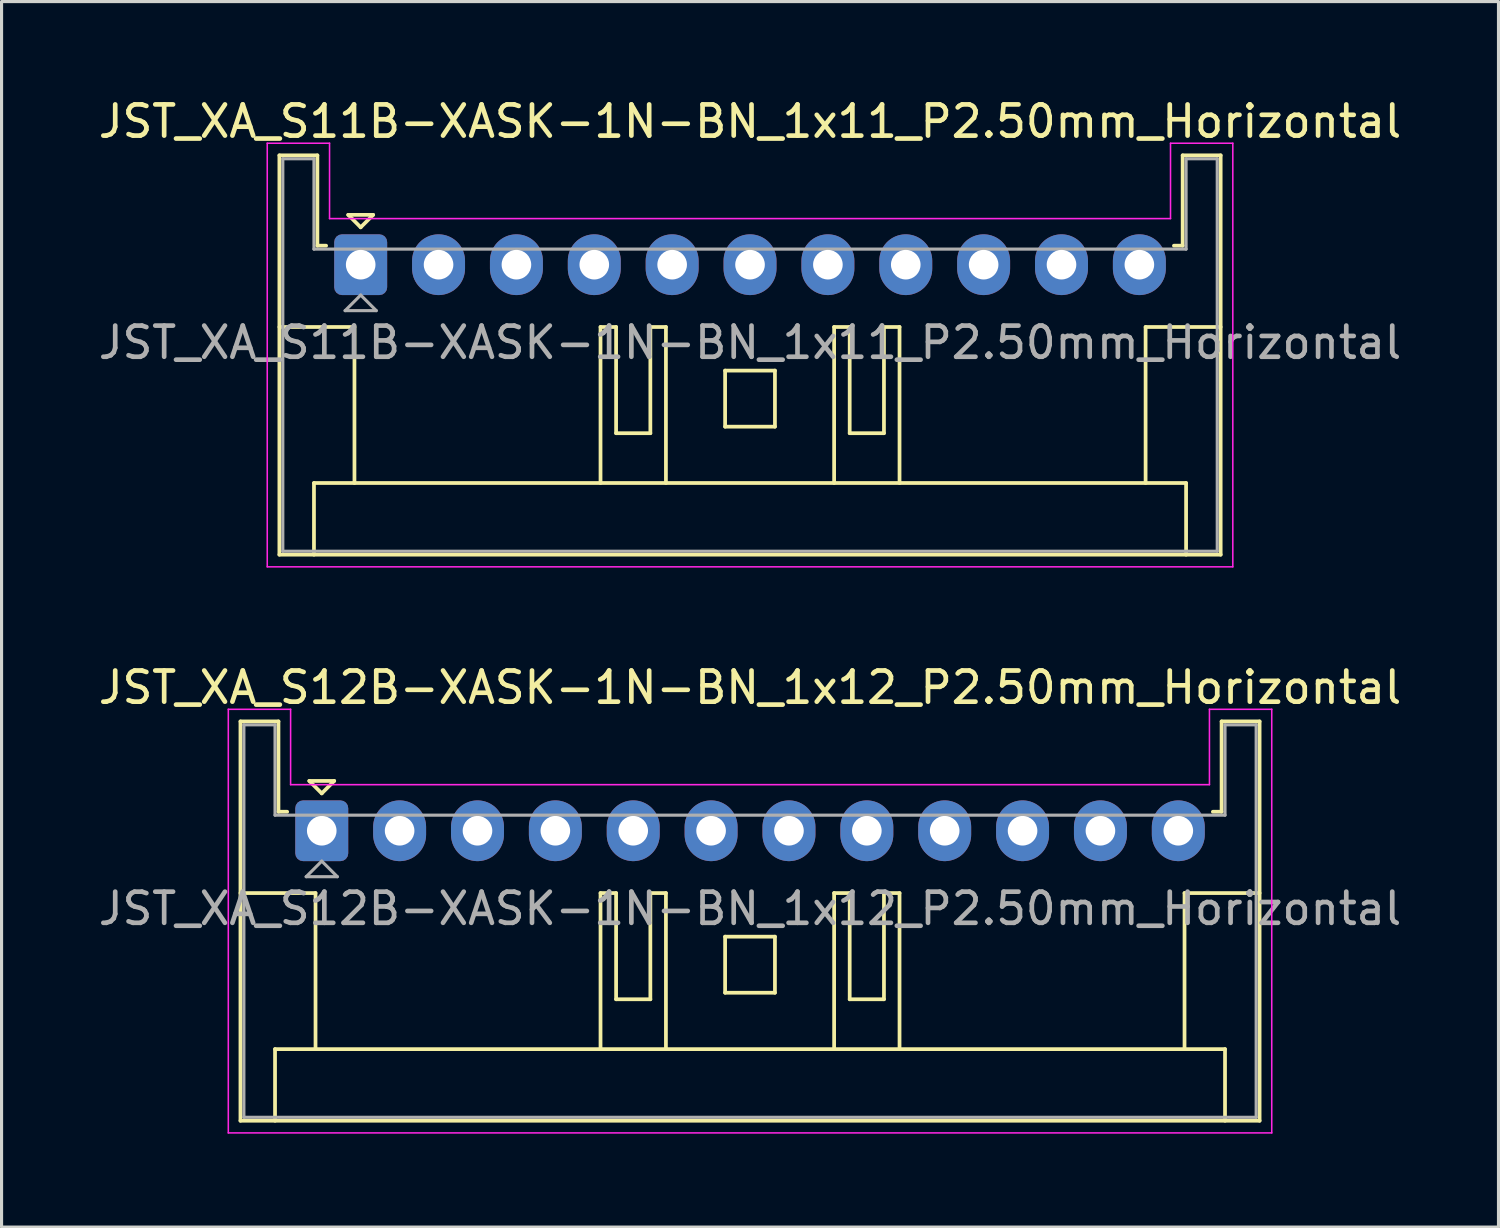
<source format=kicad_pcb>
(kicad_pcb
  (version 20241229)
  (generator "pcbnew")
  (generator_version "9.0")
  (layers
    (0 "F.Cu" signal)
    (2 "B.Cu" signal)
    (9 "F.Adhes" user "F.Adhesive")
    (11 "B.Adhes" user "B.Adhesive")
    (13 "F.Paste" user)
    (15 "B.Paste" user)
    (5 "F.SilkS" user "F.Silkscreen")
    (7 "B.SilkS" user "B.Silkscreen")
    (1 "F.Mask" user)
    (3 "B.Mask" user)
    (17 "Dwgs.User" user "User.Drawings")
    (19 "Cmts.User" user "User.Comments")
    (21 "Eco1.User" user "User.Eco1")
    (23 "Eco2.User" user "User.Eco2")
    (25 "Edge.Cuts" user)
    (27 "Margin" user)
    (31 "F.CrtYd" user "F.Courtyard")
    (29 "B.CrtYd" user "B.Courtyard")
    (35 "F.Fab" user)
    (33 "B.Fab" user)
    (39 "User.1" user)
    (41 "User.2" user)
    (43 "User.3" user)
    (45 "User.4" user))
  (footprint "JST_XA_S12B-XASK-1N-BN_1x12_P2.50mm_Horizontal"
    (layer "F.Cu")
    (at 7.28 23.622)
    (property "Reference" "JST_XA_S12B-XASK-1N-BN_1x12_P2.50mm_Horizontal" (at 13.75 -4.6 0) (layer "F.SilkS") (effects (font (size 1 1) (thickness 0.15))))
    (attr through_hole)
    (fp_line (start -2.61 -3.51) (end -2.61 9.31) (stroke (width 0.12) (type solid)) (layer "F.SilkS"))
    (fp_line (start -2.61 9.31) (end 30.11 9.31) (stroke (width 0.12) (type solid)) (layer "F.SilkS"))
    (fp_line (start -1.5 7.01) (end 29 7.01) (stroke (width 0.12) (type solid)) (layer "F.SilkS"))
    (fp_line (start -1.5 9.31) (end -1.5 7.01) (stroke (width 0.12) (type solid)) (layer "F.SilkS"))
    (fp_line (start -1.39 -3.51) (end -2.61 -3.51) (stroke (width 0.12) (type solid)) (layer "F.SilkS"))
    (fp_line (start -1.39 -0.61) (end -1.39 -3.51) (stroke (width 0.12) (type solid)) (layer "F.SilkS"))
    (fp_line (start -1.11 -0.61) (end -1.39 -0.61) (stroke (width 0.12) (type solid)) (layer "F.SilkS"))
    (fp_line (start -0.4 -1.6) (end 0.4 -1.6) (stroke (width 0.12) (type solid)) (layer "F.SilkS"))
    (fp_line (start -0.2 2) (end -2.61 2) (stroke (width 0.12) (type solid)) (layer "F.SilkS"))
    (fp_line (start -0.2 7.01) (end -0.2 2) (stroke (width 0.12) (type solid)) (layer "F.SilkS"))
    (fp_line (start 0 -1.2) (end -0.4 -1.6) (stroke (width 0.12) (type solid)) (layer "F.SilkS"))
    (fp_line (start 0.4 -1.6) (end 0 -1.2) (stroke (width 0.12) (type solid)) (layer "F.SilkS"))
    (fp_line (start 8.95 2) (end 8.95 7.01) (stroke (width 0.12) (type solid)) (layer "F.SilkS"))
    (fp_line (start 9.45 2) (end 8.95 2) (stroke (width 0.12) (type solid)) (layer "F.SilkS"))
    (fp_line (start 9.45 5.41) (end 9.45 2) (stroke (width 0.12) (type solid)) (layer "F.SilkS"))
    (fp_line (start 10.55 2) (end 10.55 5.41) (stroke (width 0.12) (type solid)) (layer "F.SilkS"))
    (fp_line (start 10.55 5.41) (end 9.45 5.41) (stroke (width 0.12) (type solid)) (layer "F.SilkS"))
    (fp_line (start 11.05 2) (end 10.55 2) (stroke (width 0.12) (type solid)) (layer "F.SilkS"))
    (fp_line (start 11.05 7.01) (end 11.05 2) (stroke (width 0.12) (type solid)) (layer "F.SilkS"))
    (fp_line (start 12.95 3.4) (end 14.55 3.4) (stroke (width 0.12) (type solid)) (layer "F.SilkS"))
    (fp_line (start 12.95 5.2) (end 12.95 3.4) (stroke (width 0.12) (type solid)) (layer "F.SilkS"))
    (fp_line (start 14.55 3.4) (end 14.55 5.2) (stroke (width 0.12) (type solid)) (layer "F.SilkS"))
    (fp_line (start 14.55 5.2) (end 12.95 5.2) (stroke (width 0.12) (type solid)) (layer "F.SilkS"))
    (fp_line (start 16.45 2) (end 16.95 2) (stroke (width 0.12) (type solid)) (layer "F.SilkS"))
    (fp_line (start 16.45 7.01) (end 16.45 2) (stroke (width 0.12) (type solid)) (layer "F.SilkS"))
    (fp_line (start 16.95 2) (end 16.95 5.41) (stroke (width 0.12) (type solid)) (layer "F.SilkS"))
    (fp_line (start 16.95 5.41) (end 18.05 5.41) (stroke (width 0.12) (type solid)) (layer "F.SilkS"))
    (fp_line (start 18.05 2) (end 18.55 2) (stroke (width 0.12) (type solid)) (layer "F.SilkS"))
    (fp_line (start 18.05 5.41) (end 18.05 2) (stroke (width 0.12) (type solid)) (layer "F.SilkS"))
    (fp_line (start 18.55 2) (end 18.55 7.01) (stroke (width 0.12) (type solid)) (layer "F.SilkS"))
    (fp_line (start 27.7 2) (end 30.11 2) (stroke (width 0.12) (type solid)) (layer "F.SilkS"))
    (fp_line (start 27.7 7.01) (end 27.7 2) (stroke (width 0.12) (type solid)) (layer "F.SilkS"))
    (fp_line (start 28.89 -3.51) (end 28.89 -0.61) (stroke (width 0.12) (type solid)) (layer "F.SilkS"))
    (fp_line (start 28.89 -0.61) (end 28.61 -0.61) (stroke (width 0.12) (type solid)) (layer "F.SilkS"))
    (fp_line (start 29 7.01) (end 29 9.31) (stroke (width 0.12) (type solid)) (layer "F.SilkS"))
    (fp_line (start 30.11 -3.51) (end 28.89 -3.51) (stroke (width 0.12) (type solid)) (layer "F.SilkS"))
    (fp_line (start 30.11 9.31) (end 30.11 -3.51) (stroke (width 0.12) (type solid)) (layer "F.SilkS"))
    (fp_line (start -3 -3.9) (end -3 9.7) (stroke (width 0.05) (type solid)) (layer "F.CrtYd"))
    (fp_line (start -3 9.7) (end 30.5 9.7) (stroke (width 0.05) (type solid)) (layer "F.CrtYd"))
    (fp_line (start -1 -3.9) (end -3 -3.9) (stroke (width 0.05) (type solid)) (layer "F.CrtYd"))
    (fp_line (start -1 -1.48) (end -1 -3.9) (stroke (width 0.05) (type solid)) (layer "F.CrtYd"))
    (fp_line (start 28.5 -3.9) (end 28.5 -1.48) (stroke (width 0.05) (type solid)) (layer "F.CrtYd"))
    (fp_line (start 28.5 -1.48) (end -1 -1.48) (stroke (width 0.05) (type solid)) (layer "F.CrtYd"))
    (fp_line (start 30.5 -3.9) (end 28.5 -3.9) (stroke (width 0.05) (type solid)) (layer "F.CrtYd"))
    (fp_line (start 30.5 9.7) (end 30.5 -3.9) (stroke (width 0.05) (type solid)) (layer "F.CrtYd"))
    (fp_line (start -2.5 -3.4) (end -2.5 9.2) (stroke (width 0.1) (type solid)) (layer "F.Fab"))
    (fp_line (start -2.5 9.2) (end 30 9.2) (stroke (width 0.1) (type solid)) (layer "F.Fab"))
    (fp_line (start -1.5 -3.4) (end -2.5 -3.4) (stroke (width 0.1) (type solid)) (layer "F.Fab"))
    (fp_line (start -1.5 -0.5) (end -1.5 -3.4) (stroke (width 0.1) (type solid)) (layer "F.Fab"))
    (fp_line (start -0.5 1.475) (end 0.5 1.475) (stroke (width 0.1) (type solid)) (layer "F.Fab"))
    (fp_line (start 0 0.975) (end -0.5 1.475) (stroke (width 0.1) (type solid)) (layer "F.Fab"))
    (fp_line (start 0.5 1.475) (end 0 0.975) (stroke (width 0.1) (type solid)) (layer "F.Fab"))
    (fp_line (start 29 -3.4) (end 29 -0.5) (stroke (width 0.1) (type solid)) (layer "F.Fab"))
    (fp_line (start 29 -0.5) (end -1.5 -0.5) (stroke (width 0.1) (type solid)) (layer "F.Fab"))
    (fp_line (start 30 -3.4) (end 29 -3.4) (stroke (width 0.1) (type solid)) (layer "F.Fab"))
    (fp_line (start 30 9.2) (end 30 -3.4) (stroke (width 0.1) (type solid)) (layer "F.Fab"))
    (fp_text user "${REFERENCE}" (at 13.75 2.5 0) (layer "F.Fab") (effects (font (size 1 1) (thickness 0.15))))
    (pad "1" thru_hole roundrect (at 0 0) (size 1.7 1.95) (drill 0.95) (layers "*.Cu" "*.Mask") (roundrect_rratio 0.147))
    (pad "2" thru_hole oval (at 2.5 0) (size 1.7 1.95) (drill 0.95) (layers "*.Cu" "*.Mask"))
    (pad "3" thru_hole oval (at 5 0) (size 1.7 1.95) (drill 0.95) (layers "*.Cu" "*.Mask"))
    (pad "4" thru_hole oval (at 7.5 0) (size 1.7 1.95) (drill 0.95) (layers "*.Cu" "*.Mask"))
    (pad "5" thru_hole oval (at 10 0) (size 1.7 1.95) (drill 0.95) (layers "*.Cu" "*.Mask"))
    (pad "6" thru_hole oval (at 12.5 0) (size 1.7 1.95) (drill 0.95) (layers "*.Cu" "*.Mask"))
    (pad "7" thru_hole oval (at 15 0) (size 1.7 1.95) (drill 0.95) (layers "*.Cu" "*.Mask"))
    (pad "8" thru_hole oval (at 17.5 0) (size 1.7 1.95) (drill 0.95) (layers "*.Cu" "*.Mask"))
    (pad "9" thru_hole oval (at 20 0) (size 1.7 1.95) (drill 0.95) (layers "*.Cu" "*.Mask"))
    (pad "10" thru_hole oval (at 22.5 0) (size 1.7 1.95) (drill 0.95) (layers "*.Cu" "*.Mask"))
    (pad "11" thru_hole oval (at 25 0) (size 1.7 1.95) (drill 0.95) (layers "*.Cu" "*.Mask"))
    (pad "12" thru_hole oval (at 27.5 0) (size 1.7 1.95) (drill 0.95) (layers "*.Cu" "*.Mask")))
  (footprint "JST_XA_S11B-XASK-1N-BN_1x11_P2.50mm_Horizontal"
    (layer "F.Cu")
    (at 8.53 5.448)
    (property "Reference" "JST_XA_S11B-XASK-1N-BN_1x11_P2.50mm_Horizontal" (at 12.5 -4.6 0) (layer "F.SilkS") (effects (font (size 1 1) (thickness 0.15))))
    (attr through_hole)
    (fp_line (start -2.61 -3.51) (end -2.61 9.31) (stroke (width 0.12) (type solid)) (layer "F.SilkS"))
    (fp_line (start -2.61 9.31) (end 27.61 9.31) (stroke (width 0.12) (type solid)) (layer "F.SilkS"))
    (fp_line (start -1.5 7.01) (end 26.5 7.01) (stroke (width 0.12) (type solid)) (layer "F.SilkS"))
    (fp_line (start -1.5 9.31) (end -1.5 7.01) (stroke (width 0.12) (type solid)) (layer "F.SilkS"))
    (fp_line (start -1.39 -3.51) (end -2.61 -3.51) (stroke (width 0.12) (type solid)) (layer "F.SilkS"))
    (fp_line (start -1.39 -0.61) (end -1.39 -3.51) (stroke (width 0.12) (type solid)) (layer "F.SilkS"))
    (fp_line (start -1.11 -0.61) (end -1.39 -0.61) (stroke (width 0.12) (type solid)) (layer "F.SilkS"))
    (fp_line (start -0.4 -1.6) (end 0.4 -1.6) (stroke (width 0.12) (type solid)) (layer "F.SilkS"))
    (fp_line (start -0.2 2) (end -2.61 2) (stroke (width 0.12) (type solid)) (layer "F.SilkS"))
    (fp_line (start -0.2 7.01) (end -0.2 2) (stroke (width 0.12) (type solid)) (layer "F.SilkS"))
    (fp_line (start 0 -1.2) (end -0.4 -1.6) (stroke (width 0.12) (type solid)) (layer "F.SilkS"))
    (fp_line (start 0.4 -1.6) (end 0 -1.2) (stroke (width 0.12) (type solid)) (layer "F.SilkS"))
    (fp_line (start 7.7 2) (end 7.7 7.01) (stroke (width 0.12) (type solid)) (layer "F.SilkS"))
    (fp_line (start 8.2 2) (end 7.7 2) (stroke (width 0.12) (type solid)) (layer "F.SilkS"))
    (fp_line (start 8.2 5.41) (end 8.2 2) (stroke (width 0.12) (type solid)) (layer "F.SilkS"))
    (fp_line (start 9.3 2) (end 9.3 5.41) (stroke (width 0.12) (type solid)) (layer "F.SilkS"))
    (fp_line (start 9.3 5.41) (end 8.2 5.41) (stroke (width 0.12) (type solid)) (layer "F.SilkS"))
    (fp_line (start 9.8 2) (end 9.3 2) (stroke (width 0.12) (type solid)) (layer "F.SilkS"))
    (fp_line (start 9.8 7.01) (end 9.8 2) (stroke (width 0.12) (type solid)) (layer "F.SilkS"))
    (fp_line (start 11.7 3.4) (end 13.3 3.4) (stroke (width 0.12) (type solid)) (layer "F.SilkS"))
    (fp_line (start 11.7 5.2) (end 11.7 3.4) (stroke (width 0.12) (type solid)) (layer "F.SilkS"))
    (fp_line (start 13.3 3.4) (end 13.3 5.2) (stroke (width 0.12) (type solid)) (layer "F.SilkS"))
    (fp_line (start 13.3 5.2) (end 11.7 5.2) (stroke (width 0.12) (type solid)) (layer "F.SilkS"))
    (fp_line (start 15.2 2) (end 15.7 2) (stroke (width 0.12) (type solid)) (layer "F.SilkS"))
    (fp_line (start 15.2 7.01) (end 15.2 2) (stroke (width 0.12) (type solid)) (layer "F.SilkS"))
    (fp_line (start 15.7 2) (end 15.7 5.41) (stroke (width 0.12) (type solid)) (layer "F.SilkS"))
    (fp_line (start 15.7 5.41) (end 16.8 5.41) (stroke (width 0.12) (type solid)) (layer "F.SilkS"))
    (fp_line (start 16.8 2) (end 17.3 2) (stroke (width 0.12) (type solid)) (layer "F.SilkS"))
    (fp_line (start 16.8 5.41) (end 16.8 2) (stroke (width 0.12) (type solid)) (layer "F.SilkS"))
    (fp_line (start 17.3 2) (end 17.3 7.01) (stroke (width 0.12) (type solid)) (layer "F.SilkS"))
    (fp_line (start 25.2 2) (end 27.61 2) (stroke (width 0.12) (type solid)) (layer "F.SilkS"))
    (fp_line (start 25.2 7.01) (end 25.2 2) (stroke (width 0.12) (type solid)) (layer "F.SilkS"))
    (fp_line (start 26.39 -3.51) (end 26.39 -0.61) (stroke (width 0.12) (type solid)) (layer "F.SilkS"))
    (fp_line (start 26.39 -0.61) (end 26.11 -0.61) (stroke (width 0.12) (type solid)) (layer "F.SilkS"))
    (fp_line (start 26.5 7.01) (end 26.5 9.31) (stroke (width 0.12) (type solid)) (layer "F.SilkS"))
    (fp_line (start 27.61 -3.51) (end 26.39 -3.51) (stroke (width 0.12) (type solid)) (layer "F.SilkS"))
    (fp_line (start 27.61 9.31) (end 27.61 -3.51) (stroke (width 0.12) (type solid)) (layer "F.SilkS"))
    (fp_line (start -3 -3.9) (end -3 9.7) (stroke (width 0.05) (type solid)) (layer "F.CrtYd"))
    (fp_line (start -3 9.7) (end 28 9.7) (stroke (width 0.05) (type solid)) (layer "F.CrtYd"))
    (fp_line (start -1 -3.9) (end -3 -3.9) (stroke (width 0.05) (type solid)) (layer "F.CrtYd"))
    (fp_line (start -1 -1.48) (end -1 -3.9) (stroke (width 0.05) (type solid)) (layer "F.CrtYd"))
    (fp_line (start 26 -3.9) (end 26 -1.48) (stroke (width 0.05) (type solid)) (layer "F.CrtYd"))
    (fp_line (start 26 -1.48) (end -1 -1.48) (stroke (width 0.05) (type solid)) (layer "F.CrtYd"))
    (fp_line (start 28 -3.9) (end 26 -3.9) (stroke (width 0.05) (type solid)) (layer "F.CrtYd"))
    (fp_line (start 28 9.7) (end 28 -3.9) (stroke (width 0.05) (type solid)) (layer "F.CrtYd"))
    (fp_line (start -2.5 -3.4) (end -2.5 9.2) (stroke (width 0.1) (type solid)) (layer "F.Fab"))
    (fp_line (start -2.5 9.2) (end 27.5 9.2) (stroke (width 0.1) (type solid)) (layer "F.Fab"))
    (fp_line (start -1.5 -3.4) (end -2.5 -3.4) (stroke (width 0.1) (type solid)) (layer "F.Fab"))
    (fp_line (start -1.5 -0.5) (end -1.5 -3.4) (stroke (width 0.1) (type solid)) (layer "F.Fab"))
    (fp_line (start -0.5 1.475) (end 0.5 1.475) (stroke (width 0.1) (type solid)) (layer "F.Fab"))
    (fp_line (start 0 0.975) (end -0.5 1.475) (stroke (width 0.1) (type solid)) (layer "F.Fab"))
    (fp_line (start 0.5 1.475) (end 0 0.975) (stroke (width 0.1) (type solid)) (layer "F.Fab"))
    (fp_line (start 26.5 -3.4) (end 26.5 -0.5) (stroke (width 0.1) (type solid)) (layer "F.Fab"))
    (fp_line (start 26.5 -0.5) (end -1.5 -0.5) (stroke (width 0.1) (type solid)) (layer "F.Fab"))
    (fp_line (start 27.5 -3.4) (end 26.5 -3.4) (stroke (width 0.1) (type solid)) (layer "F.Fab"))
    (fp_line (start 27.5 9.2) (end 27.5 -3.4) (stroke (width 0.1) (type solid)) (layer "F.Fab"))
    (fp_text user "${REFERENCE}" (at 12.5 2.5 0) (layer "F.Fab") (effects (font (size 1 1) (thickness 0.15))))
    (pad "1" thru_hole roundrect (at 0 0) (size 1.7 1.95) (drill 0.95) (layers "*.Cu" "*.Mask") (roundrect_rratio 0.147))
    (pad "2" thru_hole oval (at 2.5 0) (size 1.7 1.95) (drill 0.95) (layers "*.Cu" "*.Mask"))
    (pad "3" thru_hole oval (at 5 0) (size 1.7 1.95) (drill 0.95) (layers "*.Cu" "*.Mask"))
    (pad "4" thru_hole oval (at 7.5 0) (size 1.7 1.95) (drill 0.95) (layers "*.Cu" "*.Mask"))
    (pad "5" thru_hole oval (at 10 0) (size 1.7 1.95) (drill 0.95) (layers "*.Cu" "*.Mask"))
    (pad "6" thru_hole oval (at 12.5 0) (size 1.7 1.95) (drill 0.95) (layers "*.Cu" "*.Mask"))
    (pad "7" thru_hole oval (at 15 0) (size 1.7 1.95) (drill 0.95) (layers "*.Cu" "*.Mask"))
    (pad "8" thru_hole oval (at 17.5 0) (size 1.7 1.95) (drill 0.95) (layers "*.Cu" "*.Mask"))
    (pad "9" thru_hole oval (at 20 0) (size 1.7 1.95) (drill 0.95) (layers "*.Cu" "*.Mask"))
    (pad "10" thru_hole oval (at 22.5 0) (size 1.7 1.95) (drill 0.95) (layers "*.Cu" "*.Mask"))
    (pad "11" thru_hole oval (at 25 0) (size 1.7 1.95) (drill 0.95) (layers "*.Cu" "*.Mask")))
  (gr_rect
    (start -3 -3)
    (end 45.06 36.346)
    (stroke (width 0.1) (type default))
    (fill no)
    (layer "Edge.Cuts")))
</source>
